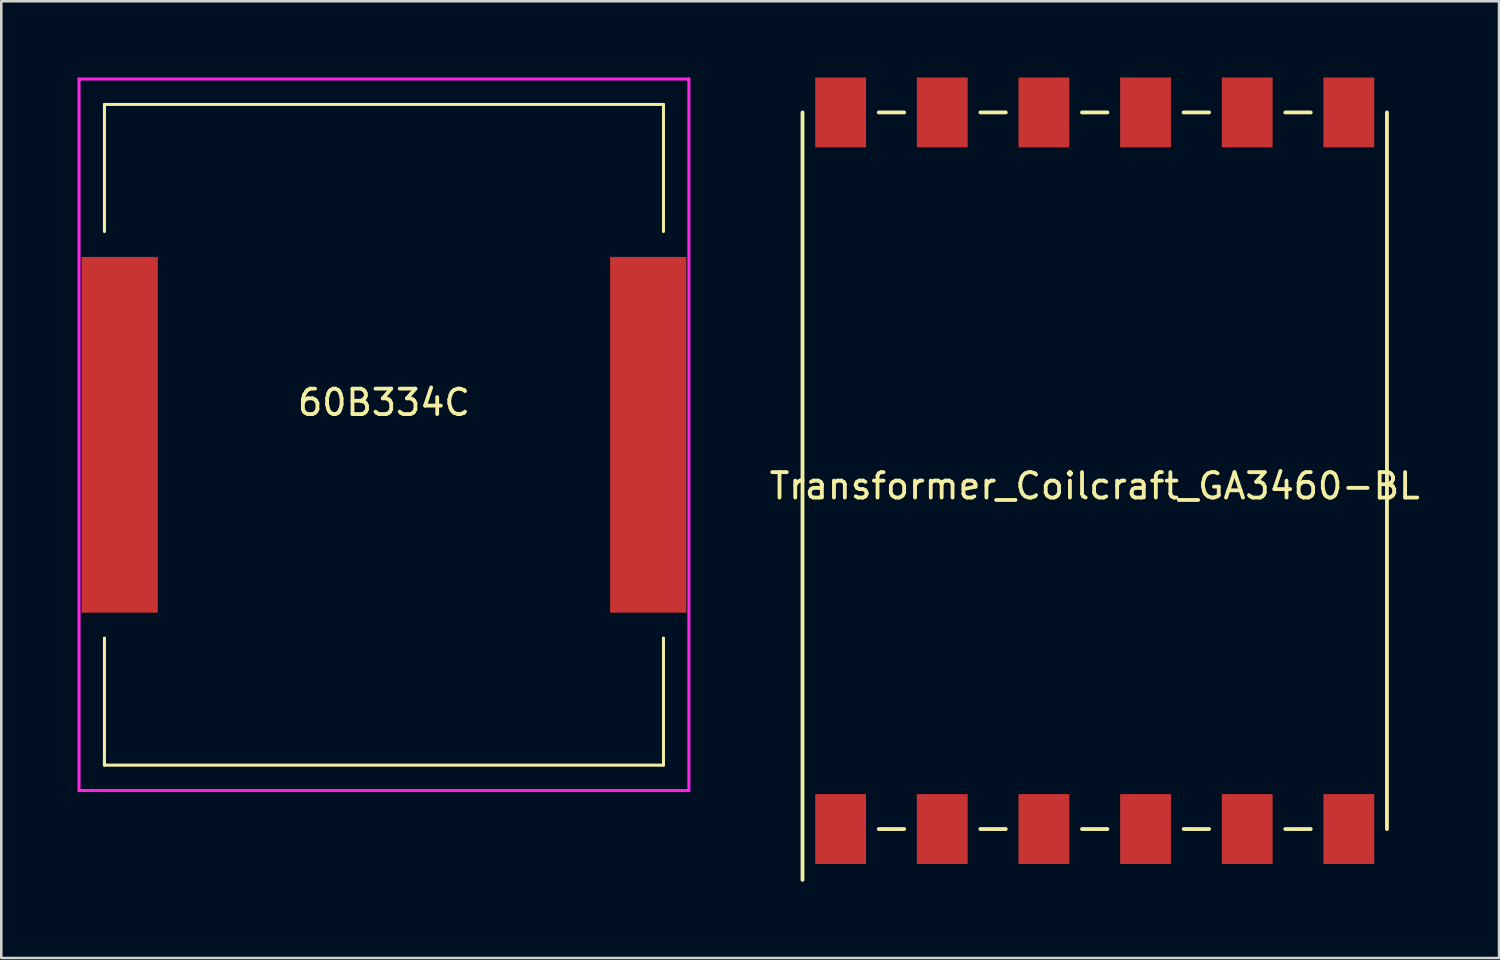
<source format=kicad_pcb>
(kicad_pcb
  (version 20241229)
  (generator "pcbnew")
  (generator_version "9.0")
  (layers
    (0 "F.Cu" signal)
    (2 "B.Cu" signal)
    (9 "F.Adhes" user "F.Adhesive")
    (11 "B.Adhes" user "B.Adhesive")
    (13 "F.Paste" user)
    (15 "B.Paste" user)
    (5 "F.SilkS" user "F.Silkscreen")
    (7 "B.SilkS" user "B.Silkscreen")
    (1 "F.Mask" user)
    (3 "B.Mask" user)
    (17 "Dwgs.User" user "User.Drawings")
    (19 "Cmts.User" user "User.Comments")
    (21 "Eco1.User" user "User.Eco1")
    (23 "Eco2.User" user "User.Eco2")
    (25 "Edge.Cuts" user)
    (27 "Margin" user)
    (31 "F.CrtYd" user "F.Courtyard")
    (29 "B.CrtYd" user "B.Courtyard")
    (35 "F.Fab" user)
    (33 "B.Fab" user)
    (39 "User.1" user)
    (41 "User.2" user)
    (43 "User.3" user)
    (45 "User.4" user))
  (footprint "60B334C"
    (layer "F.Cu")
    (at 12.06 14.06)
    (property "Reference" "60B334C" (at 0 -1.27 0) (layer "F.SilkS") (effects (font (size 1 1) (thickness 0.15))))
    (attr through_hole)
    (fp_line (start -11 -13) (end 11 -13) (stroke (width 0.12) (type solid)) (layer "F.SilkS"))
    (fp_line (start -11 -8) (end -11 -13) (stroke (width 0.12) (type solid)) (layer "F.SilkS"))
    (fp_line (start -11 8) (end -11 13) (stroke (width 0.12) (type solid)) (layer "F.SilkS"))
    (fp_line (start -11 13) (end 11 13) (stroke (width 0.12) (type solid)) (layer "F.SilkS"))
    (fp_line (start 11 -13) (end 11 -8) (stroke (width 0.12) (type solid)) (layer "F.SilkS"))
    (fp_line (start 11 13) (end 11 8) (stroke (width 0.12) (type solid)) (layer "F.SilkS"))
    (fp_line (start -12 -14) (end 12 -14) (stroke (width 0.12) (type solid)) (layer "F.CrtYd"))
    (fp_line (start -12 14) (end -12 -14) (stroke (width 0.12) (type solid)) (layer "F.CrtYd"))
    (fp_line (start 12 -14) (end 12 14) (stroke (width 0.12) (type solid)) (layer "F.CrtYd"))
    (fp_line (start 12 14) (end -12 14) (stroke (width 0.12) (type solid)) (layer "F.CrtYd"))
    (pad "1" smd rect (at -10.4 0 90) (size 14 3) (layers "F.Cu" "F.Mask" "F.Paste"))
    (pad "2" smd rect (at 10.4 0) (size 3 14) (layers "F.Cu" "F.Mask" "F.Paste")))
  (footprint "Transformer_Coilcraft_GA3460-BL"
    (layer "F.Cu")
    (at 40.031 16.075)
    (property "Reference" "Transformer_Coilcraft_GA3460-BL" (at 0 0 0) (layer "F.SilkS") (effects (font (size 1 1) (thickness 0.15))))
    (attr through_hole)
    (fp_line (start -11.5 -14.7) (end -11.5 15.5) (stroke (width 0.15) (type solid)) (layer "F.SilkS"))
    (fp_line (start -8.5 13.5) (end -7.5 13.5) (stroke (width 0.15) (type solid)) (layer "F.SilkS"))
    (fp_line (start -7.5 -14.7) (end -8.5 -14.7) (stroke (width 0.15) (type solid)) (layer "F.SilkS"))
    (fp_line (start -4.5 13.5) (end -3.5 13.5) (stroke (width 0.15) (type solid)) (layer "F.SilkS"))
    (fp_line (start -3.5 -14.7) (end -4.5 -14.7) (stroke (width 0.15) (type solid)) (layer "F.SilkS"))
    (fp_line (start -0.5 13.5) (end 0.5 13.5) (stroke (width 0.15) (type solid)) (layer "F.SilkS"))
    (fp_line (start 0.5 -14.7) (end -0.5 -14.7) (stroke (width 0.15) (type solid)) (layer "F.SilkS"))
    (fp_line (start 3.5 13.5) (end 4.5 13.5) (stroke (width 0.15) (type solid)) (layer "F.SilkS"))
    (fp_line (start 4.5 -14.7) (end 3.5 -14.7) (stroke (width 0.15) (type solid)) (layer "F.SilkS"))
    (fp_line (start 7.5 13.5) (end 8.5 13.5) (stroke (width 0.15) (type solid)) (layer "F.SilkS"))
    (fp_line (start 8.5 -14.7) (end 7.5 -14.7) (stroke (width 0.15) (type solid)) (layer "F.SilkS"))
    (fp_line (start 11.5 13.5) (end 11.5 -14.7) (stroke (width 0.15) (type solid)) (layer "F.SilkS"))
    (pad "1" smd rect (at -10 13.5) (size 2 2.75) (layers "F.Cu" "F.Mask" "F.Paste"))
    (pad "2" smd rect (at -6 13.5) (size 2 2.75) (layers "F.Cu" "F.Mask" "F.Paste"))
    (pad "3" smd rect (at -2 13.5) (size 2 2.75) (layers "F.Cu" "F.Mask" "F.Paste"))
    (pad "4" smd rect (at 2 13.5) (size 2 2.75) (layers "F.Cu" "F.Mask" "F.Paste"))
    (pad "5" smd rect (at 6 13.5) (size 2 2.75) (layers "F.Cu" "F.Mask" "F.Paste"))
    (pad "6" smd rect (at 10 13.5) (size 2 2.75) (layers "F.Cu" "F.Mask" "F.Paste"))
    (pad "7" smd rect (at 10 -14.7) (size 2 2.75) (layers "F.Cu" "F.Mask" "F.Paste"))
    (pad "8" smd rect (at 6 -14.7) (size 2 2.75) (layers "F.Cu" "F.Mask" "F.Paste"))
    (pad "9" smd rect (at 2 -14.7) (size 2 2.75) (layers "F.Cu" "F.Mask" "F.Paste"))
    (pad "10" smd rect (at -2 -14.7) (size 2 2.75) (layers "F.Cu" "F.Mask" "F.Paste"))
    (pad "11" smd rect (at -6 -14.7) (size 2 2.75) (layers "F.Cu" "F.Mask" "F.Paste"))
    (pad "12" smd rect (at -10 -14.7) (size 2 2.75) (layers "F.Cu" "F.Mask" "F.Paste")))
  (gr_rect
    (start -3 -3)
    (end 55.941 34.65)
    (stroke (width 0.1) (type default))
    (fill no)
    (layer "Edge.Cuts")))
</source>
